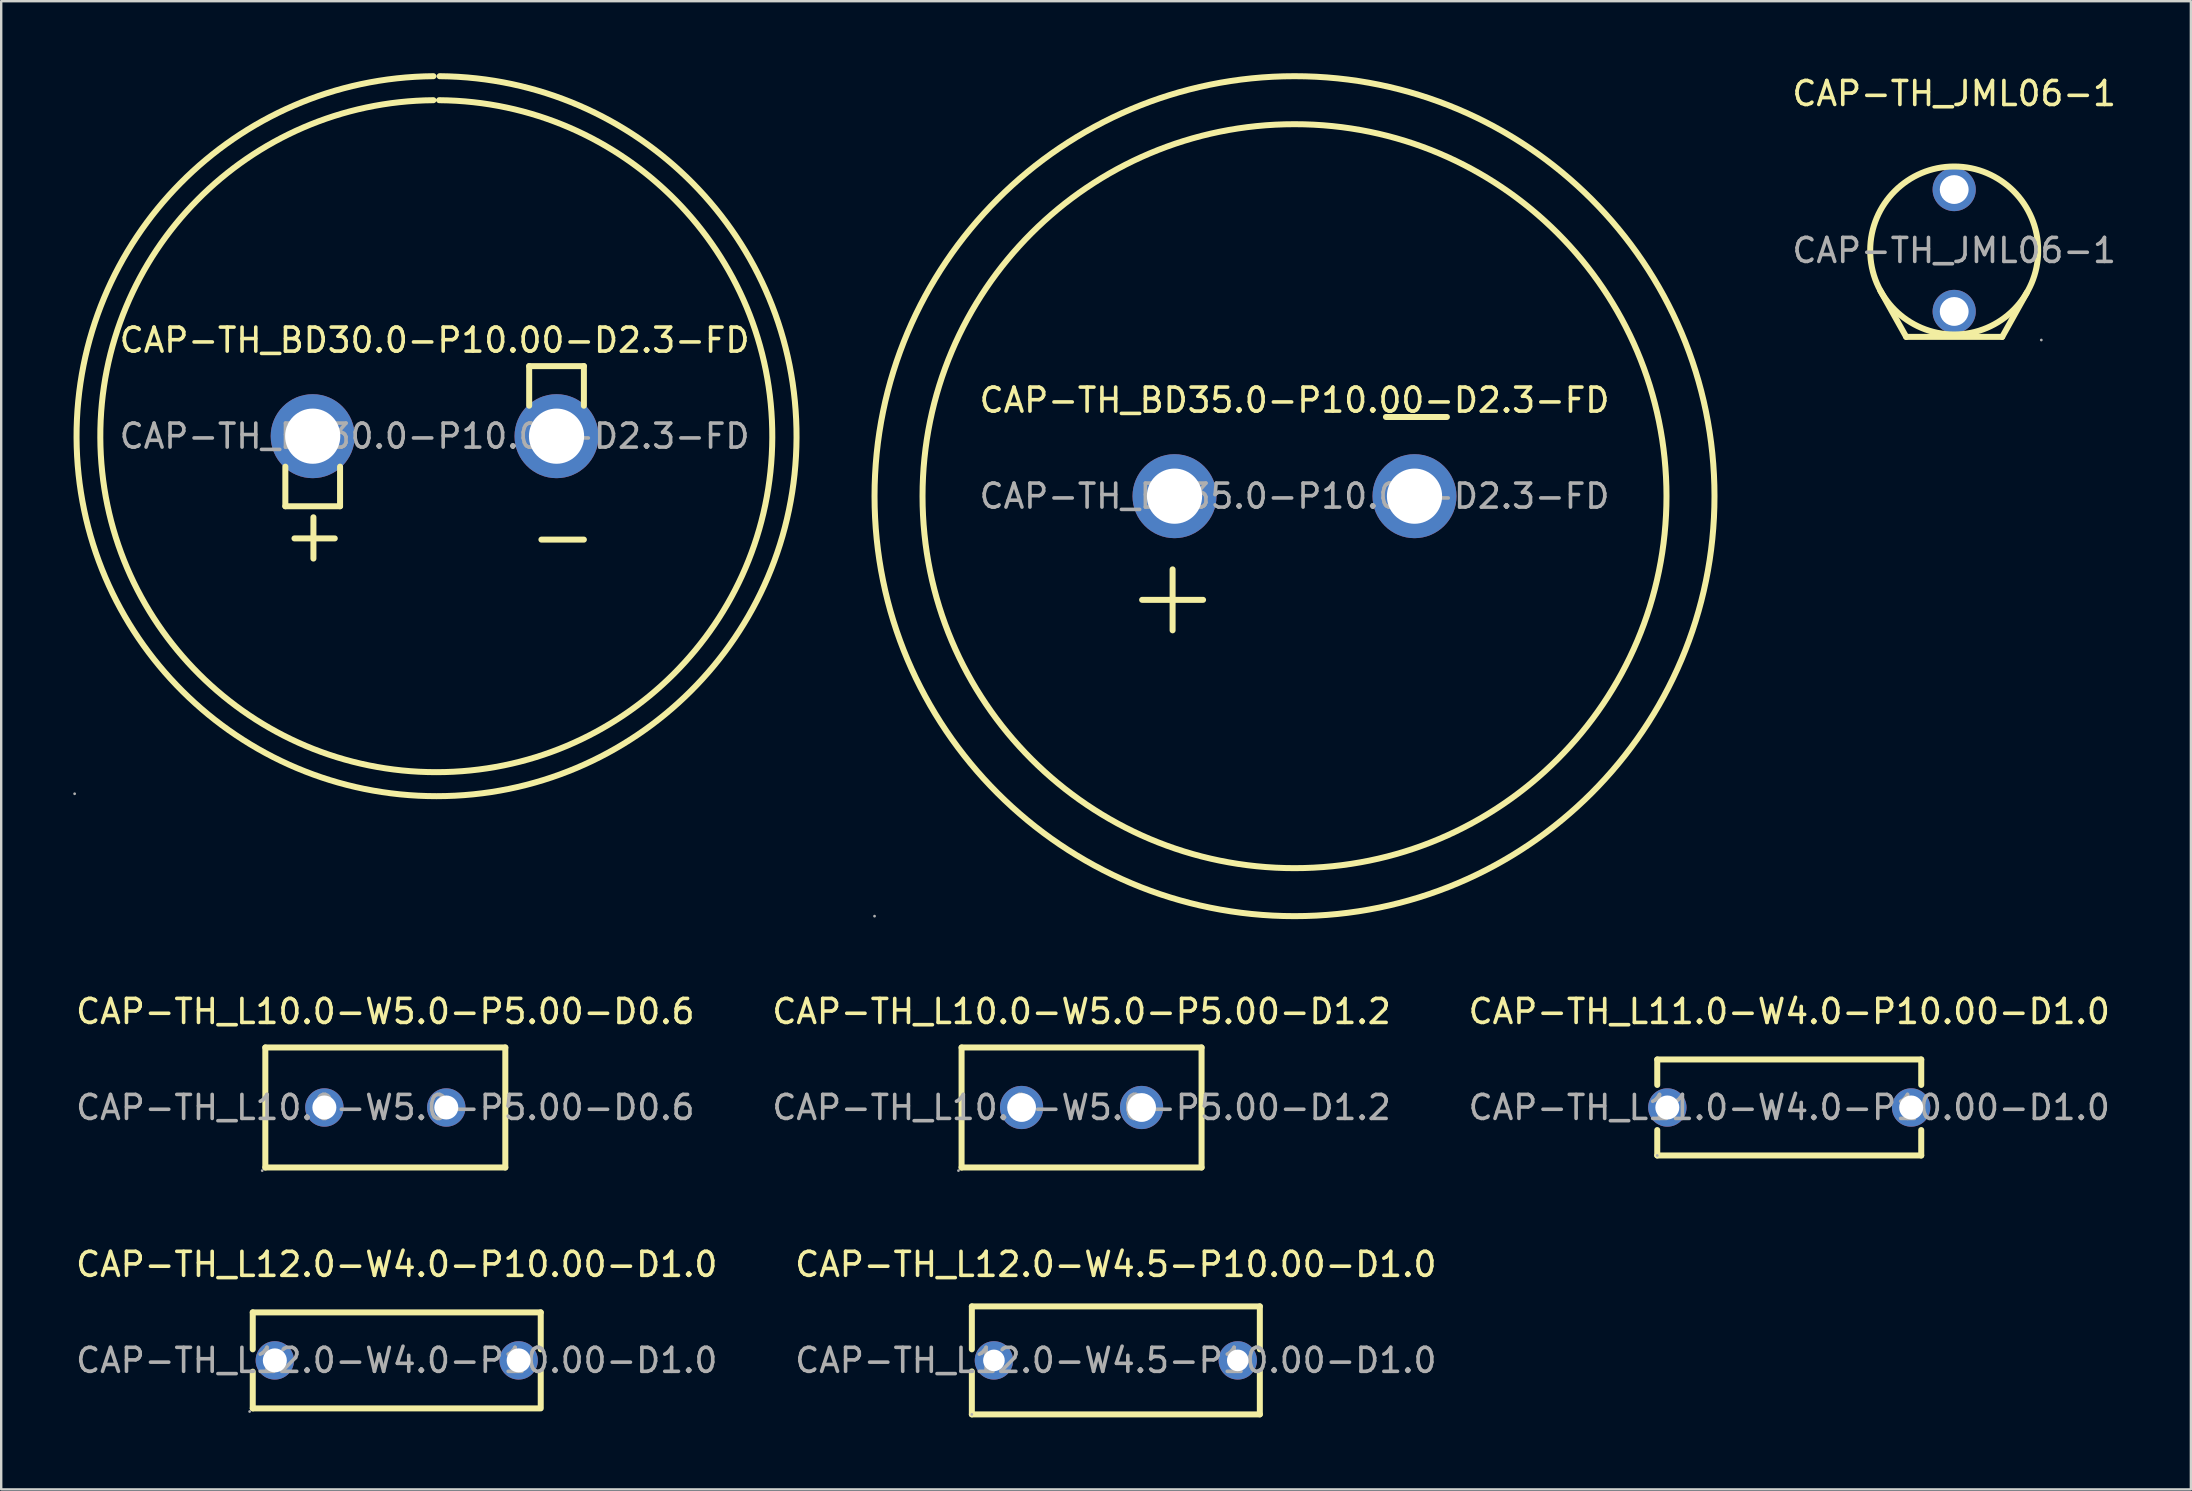
<source format=kicad_pcb>
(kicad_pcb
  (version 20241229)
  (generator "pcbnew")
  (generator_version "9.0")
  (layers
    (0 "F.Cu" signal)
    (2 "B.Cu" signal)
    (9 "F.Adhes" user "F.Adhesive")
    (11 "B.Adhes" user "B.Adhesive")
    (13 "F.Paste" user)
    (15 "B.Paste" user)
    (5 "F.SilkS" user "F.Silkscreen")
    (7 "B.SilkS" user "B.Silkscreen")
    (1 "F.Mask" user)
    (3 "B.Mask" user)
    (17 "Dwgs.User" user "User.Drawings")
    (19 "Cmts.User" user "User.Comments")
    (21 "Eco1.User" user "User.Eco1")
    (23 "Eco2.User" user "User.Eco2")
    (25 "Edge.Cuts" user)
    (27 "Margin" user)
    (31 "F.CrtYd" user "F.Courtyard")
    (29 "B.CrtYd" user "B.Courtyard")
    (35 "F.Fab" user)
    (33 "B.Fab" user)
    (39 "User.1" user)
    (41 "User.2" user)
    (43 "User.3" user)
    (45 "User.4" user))
  (footprint "CAP-TH_BD30.0-P10.00-D2.3-FD"
    (layer "F.Cu")
    (at 15.06 15.125)
    (property "Reference" "CAP-TH_BD30.0-P10.00-D2.3-FD" (at 0 -4 0) (layer "F.SilkS") (effects (font (size 1 1) (thickness 0.15))))
    (attr through_hole)
    (fp_line (start -6.22 1.27) (end -6.22 2.92) (stroke (width 0.25) (type solid)) (layer "F.SilkS"))
    (fp_line (start -6.22 2.92) (end -3.94 2.92) (stroke (width 0.25) (type solid)) (layer "F.SilkS"))
    (fp_line (start -5.05 5.1) (end -5.05 3.38) (stroke (width 0.25) (type solid)) (layer "F.SilkS"))
    (fp_line (start -4.16 4.26) (end -5.84 4.26) (stroke (width 0.25) (type solid)) (layer "F.SilkS"))
    (fp_line (start -3.94 2.92) (end -3.94 1.27) (stroke (width 0.25) (type solid)) (layer "F.SilkS"))
    (fp_line (start 3.94 -2.92) (end 3.94 -1.27) (stroke (width 0.25) (type solid)) (layer "F.SilkS"))
    (fp_line (start 6.22 -2.92) (end 3.94 -2.92) (stroke (width 0.25) (type solid)) (layer "F.SilkS"))
    (fp_line (start 6.22 -1.27) (end 6.22 -2.92) (stroke (width 0.25) (type solid)) (layer "F.SilkS"))
    (fp_line (start 6.22 4.31) (end 4.45 4.31) (stroke (width 0.25) (type solid)) (layer "F.SilkS"))
    (fp_arc (start 0.19 -14) (mid 0.069732 14.000514) (end -0.049465 -14.000005) (stroke (width 0.25) (type solid)) (layer "F.SilkS"))
    (fp_arc (start 0.21 -15) (mid 0.079594 15.000563) (end -0.049188 -15.000007) (stroke (width 0.25) (type solid)) (layer "F.SilkS"))
    (fp_circle (center -15 14.9) (end -14.97 14.9) (stroke (width 0.06) (type solid)) (fill no) (layer "F.Fab"))
    (fp_circle (center -5.08 0) (end -4.55 0) (stroke (width 1.05) (type solid)) (fill no) (layer "F.Fab"))
    (fp_circle (center 5.08 0) (end 5.61 0) (stroke (width 1.05) (type solid)) (fill no) (layer "F.Fab"))
    (fp_text user "${REFERENCE}" (at 0 0 0) (layer "F.Fab") (effects (font (size 1 1) (thickness 0.15))))
    (pad "1" thru_hole circle (at -5.08 0 90) (size 3.5 3.5) (drill 2.3) (layers "*.Cu" "*.Paste" "*.Mask"))
    (pad "2" thru_hole circle (at 5.08 0 90) (size 3.5 3.5) (drill 2.3) (layers "*.Cu" "*.Paste" "*.Mask")))
  (footprint "CAP-TH_L11.0-W4.0-P10.00-D1.0"
    (layer "F.Cu")
    (at 71.506 43.098)
    (property "Reference" "CAP-TH_L11.0-W4.0-P10.00-D1.0" (at 0 -4 0) (layer "F.SilkS") (effects (font (size 1 1) (thickness 0.15))))
    (attr through_hole)
    (fp_line (start -5.5 -2) (end 5.5 -2) (stroke (width 0.25) (type solid)) (layer "F.SilkS"))
    (fp_line (start -5.5 -0.94) (end -5.5 -2) (stroke (width 0.25) (type solid)) (layer "F.SilkS"))
    (fp_line (start -5.5 2) (end -5.5 0.94) (stroke (width 0.25) (type solid)) (layer "F.SilkS"))
    (fp_line (start 5.5 -2) (end 5.5 -0.94) (stroke (width 0.25) (type solid)) (layer "F.SilkS"))
    (fp_line (start 5.5 0.94) (end 5.5 2) (stroke (width 0.25) (type solid)) (layer "F.SilkS"))
    (fp_line (start 5.5 2) (end -5.5 2) (stroke (width 0.25) (type solid)) (layer "F.SilkS"))
    (fp_circle (center -5.5 2) (end -5.47 2) (stroke (width 0.06) (type solid)) (fill no) (layer "F.Fab"))
    (fp_circle (center -5.08 0) (end -4.9 0) (stroke (width 0.35) (type solid)) (fill no) (layer "F.Fab"))
    (fp_circle (center 5.08 0) (end 5.26 0) (stroke (width 0.35) (type solid)) (fill no) (layer "F.Fab"))
    (fp_text user "${REFERENCE}" (at 0 0 0) (layer "F.Fab") (effects (font (size 1 1) (thickness 0.15))))
    (pad "1" thru_hole circle (at -5.08 0) (size 1.6 1.6) (drill 1) (layers "*.Cu" "*.Paste" "*.Mask"))
    (pad "2" thru_hole circle (at 5.08 0) (size 1.6 1.6) (drill 1) (layers "*.Cu" "*.Paste" "*.Mask")))
  (footprint "CAP-TH_L12.0-W4.0-P10.00-D1.0"
    (layer "F.Cu")
    (at 13.482 53.636)
    (property "Reference" "CAP-TH_L12.0-W4.0-P10.00-D1.0" (at 0 -4 0) (layer "F.SilkS") (effects (font (size 1 1) (thickness 0.15))))
    (attr through_hole)
    (fp_line (start -6 -2) (end 6 -2) (stroke (width 0.25) (type solid)) (layer "F.SilkS"))
    (fp_line (start -6 -0.46) (end -6 -2) (stroke (width 0.25) (type solid)) (layer "F.SilkS"))
    (fp_line (start -6 2) (end -6 0.47) (stroke (width 0.25) (type solid)) (layer "F.SilkS"))
    (fp_line (start 6 -2) (end 6 -0.46) (stroke (width 0.25) (type solid)) (layer "F.SilkS"))
    (fp_line (start 6 0.47) (end 6 1.91) (stroke (width 0.25) (type solid)) (layer "F.SilkS"))
    (fp_line (start 6 2) (end -6 2) (stroke (width 0.25) (type solid)) (layer "F.SilkS"))
    (fp_circle (center -6.13 2.13) (end -6.1 2.13) (stroke (width 0.06) (type solid)) (fill no) (layer "F.Fab"))
    (fp_circle (center -5.08 0) (end -4.88 0) (stroke (width 0.4) (type solid)) (fill no) (layer "F.Fab"))
    (fp_circle (center 5.08 0) (end 5.28 0) (stroke (width 0.4) (type solid)) (fill no) (layer "F.Fab"))
    (fp_text user "${REFERENCE}" (at 0 0 0) (layer "F.Fab") (effects (font (size 1 1) (thickness 0.15))))
    (pad "1" thru_hole circle (at -5.08 0) (size 1.6 1.6) (drill 1) (layers "*.Cu" "*.Paste" "*.Mask"))
    (pad "2" thru_hole circle (at 5.08 0) (size 1.6 1.6) (drill 1) (layers "*.Cu" "*.Paste" "*.Mask")))
  (footprint "CAP-TH_BD35.0-P10.00-D2.3-FD"
    (layer "F.Cu")
    (at 50.891 17.625)
    (property "Reference" "CAP-TH_BD35.0-P10.00-D2.3-FD" (at 0 -4 0) (layer "F.SilkS") (effects (font (size 1 1) (thickness 0.15))))
    (attr through_hole)
    (fp_line (start -6.35 4.32) (end -3.81 4.32) (stroke (width 0.25) (type solid)) (layer "F.SilkS"))
    (fp_line (start -5.08 3.05) (end -5.08 5.59) (stroke (width 0.25) (type solid)) (layer "F.SilkS"))
    (fp_line (start 3.81 -3.3) (end 6.35 -3.3) (stroke (width 0.25) (type solid)) (layer "F.SilkS"))
    (fp_circle (center 0 0) (end 15.5 0) (stroke (width 0.25) (type solid)) (fill no) (layer "F.SilkS"))
    (fp_circle (center 0 0) (end 17.5 0) (stroke (width 0.25) (type solid)) (fill no) (layer "F.SilkS"))
    (fp_circle (center -17.5 17.5) (end -17.47 17.5) (stroke (width 0.06) (type solid)) (fill no) (layer "F.Fab"))
    (fp_circle (center -5 0) (end -4.5 0) (stroke (width 1) (type solid)) (fill no) (layer "F.Fab"))
    (fp_circle (center 5 0) (end 5.5 0) (stroke (width 1) (type solid)) (fill no) (layer "F.Fab"))
    (fp_text user "${REFERENCE}" (at 0 0 0) (layer "F.Fab") (effects (font (size 1 1) (thickness 0.15))))
    (pad "1" thru_hole circle (at -5 0) (size 3.5 3.5) (drill 2.3) (layers "*.Cu" "*.Paste" "*.Mask"))
    (pad "2" thru_hole circle (at 5 0) (size 3.5 3.5) (drill 2.3) (layers "*.Cu" "*.Paste" "*.Mask")))
  (footprint "CAP-TH_L10.0-W5.0-P5.00-D0.6"
    (layer "F.Cu")
    (at 13.006 43.098)
    (property "Reference" "CAP-TH_L10.0-W5.0-P5.00-D0.6" (at 0 -4 0) (layer "F.SilkS") (effects (font (size 1 1) (thickness 0.15))))
    (attr through_hole)
    (fp_line (start -5 -2.5) (end -5 2.5) (stroke (width 0.25) (type solid)) (layer "F.SilkS"))
    (fp_line (start -5 -2.5) (end 5 -2.5) (stroke (width 0.25) (type solid)) (layer "F.SilkS"))
    (fp_line (start -5 2.5) (end 5 2.5) (stroke (width 0.25) (type solid)) (layer "F.SilkS"))
    (fp_line (start 5 -2.5) (end 5 2.5) (stroke (width 0.25) (type solid)) (layer "F.SilkS"))
    (fp_circle (center -5.13 2.63) (end -5.1 2.63) (stroke (width 0.06) (type solid)) (fill no) (layer "F.Fab"))
    (fp_circle (center -2.54 0) (end -2.34 0) (stroke (width 0.4) (type solid)) (fill no) (layer "F.Fab"))
    (fp_circle (center 2.54 0) (end 2.74 0) (stroke (width 0.4) (type solid)) (fill no) (layer "F.Fab"))
    (fp_text user "${REFERENCE}" (at 0 0 0) (layer "F.Fab") (effects (font (size 1 1) (thickness 0.15))))
    (pad "1" thru_hole circle (at -2.54 0) (size 1.6 1.6) (drill 1) (layers "*.Cu" "*.Paste" "*.Mask"))
    (pad "2" thru_hole circle (at 2.54 0) (size 1.6 1.6) (drill 1) (layers "*.Cu" "*.Paste" "*.Mask")))
  (footprint "CAP-TH_L12.0-W4.5-P10.00-D1.0"
    (layer "F.Cu")
    (at 43.446 53.636)
    (property "Reference" "CAP-TH_L12.0-W4.5-P10.00-D1.0" (at 0 -4 0) (layer "F.SilkS") (effects (font (size 1 1) (thickness 0.15))))
    (attr through_hole)
    (fp_line (start -6 -2.25) (end -6 -0.46) (stroke (width 0.25) (type solid)) (layer "F.SilkS"))
    (fp_line (start -6 -2.25) (end 6 -2.25) (stroke (width 0.25) (type solid)) (layer "F.SilkS"))
    (fp_line (start -6 0.46) (end -6 2.25) (stroke (width 0.25) (type solid)) (layer "F.SilkS"))
    (fp_line (start 6 -2.25) (end 6 -0.46) (stroke (width 0.25) (type solid)) (layer "F.SilkS"))
    (fp_line (start 6 0.46) (end 6 2.25) (stroke (width 0.25) (type solid)) (layer "F.SilkS"))
    (fp_line (start 6 2.25) (end -6 2.25) (stroke (width 0.25) (type solid)) (layer "F.SilkS"))
    (fp_circle (center -6 2.25) (end -5.97 2.25) (stroke (width 0.06) (type solid)) (fill no) (layer "F.Fab"))
    (fp_circle (center -5.08 0) (end -4.93 0) (stroke (width 0.3) (type solid)) (fill no) (layer "F.Fab"))
    (fp_circle (center 5.08 0) (end 5.23 0) (stroke (width 0.3) (type solid)) (fill no) (layer "F.Fab"))
    (fp_text user "${REFERENCE}" (at 0 0 0) (layer "F.Fab") (effects (font (size 1 1) (thickness 0.15))))
    (pad "1" thru_hole circle (at -5.08 0) (size 1.6 1.6) (drill 0.9) (layers "*.Cu" "*.Paste" "*.Mask"))
    (pad "2" thru_hole circle (at 5.08 0) (size 1.6 1.6) (drill 0.9) (layers "*.Cu" "*.Paste" "*.Mask")))
  (footprint "CAP-TH_JML06-1"
    (layer "F.Cu")
    (at 78.379 7.388)
    (property "Reference" "CAP-TH_JML06-1" (at 0 -6.54 0) (layer "F.SilkS") (effects (font (size 1 1) (thickness 0.15))))
    (attr through_hole)
    (fp_line (start -2 3.6) (end -3.08 1.67) (stroke (width 0.25) (type solid)) (layer "F.SilkS"))
    (fp_line (start -2 3.6) (end 2 3.6) (stroke (width 0.25) (type solid)) (layer "F.SilkS"))
    (fp_line (start 2 3.6) (end 3.03 1.75) (stroke (width 0.25) (type solid)) (layer "F.SilkS"))
    (fp_circle (center 0 0) (end 3.5 0) (stroke (width 0.25) (type solid)) (fill no) (layer "F.SilkS"))
    (fp_circle (center 0 -2.54) (end 0.25 -2.54) (stroke (width 0.5) (type solid)) (fill no) (layer "F.Fab"))
    (fp_circle (center 0 2.54) (end 0.25 2.54) (stroke (width 0.5) (type solid)) (fill no) (layer "F.Fab"))
    (fp_circle (center 3.63 3.73) (end 3.66 3.73) (stroke (width 0.06) (type solid)) (fill no) (layer "F.Fab"))
    (fp_text user "${REFERENCE}" (at 0 0 0) (layer "F.Fab") (effects (font (size 1 1) (thickness 0.15))))
    (pad "1" thru_hole circle (at 0 2.54) (size 1.8 1.8) (drill 1.2) (layers "*.Cu" "*.Paste" "*.Mask"))
    (pad "2" thru_hole circle (at 0 -2.54) (size 1.8 1.8) (drill 1.2) (layers "*.Cu" "*.Paste" "*.Mask")))
  (footprint "CAP-TH_L10.0-W5.0-P5.00-D1.2"
    (layer "F.Cu")
    (at 42.018 43.098)
    (property "Reference" "CAP-TH_L10.0-W5.0-P5.00-D1.2" (at 0 -4 0) (layer "F.SilkS") (effects (font (size 1 1) (thickness 0.15))))
    (attr through_hole)
    (fp_line (start -5 -2.5) (end 5 -2.5) (stroke (width 0.25) (type solid)) (layer "F.SilkS"))
    (fp_line (start -5 2.5) (end -5 -2.5) (stroke (width 0.25) (type solid)) (layer "F.SilkS"))
    (fp_line (start 5 -2.5) (end 5 2.5) (stroke (width 0.25) (type solid)) (layer "F.SilkS"))
    (fp_line (start 5 2.5) (end -5 2.5) (stroke (width 0.25) (type solid)) (layer "F.SilkS"))
    (fp_circle (center -5.13 2.63) (end -5.1 2.63) (stroke (width 0.06) (type solid)) (fill no) (layer "F.Fab"))
    (fp_circle (center -2.5 0) (end -2.25 0) (stroke (width 0.5) (type solid)) (fill no) (layer "F.Fab"))
    (fp_circle (center 2.5 0) (end 2.75 0) (stroke (width 0.5) (type solid)) (fill no) (layer "F.Fab"))
    (fp_text user "${REFERENCE}" (at 0 0 0) (layer "F.Fab") (effects (font (size 1 1) (thickness 0.15))))
    (pad "1" thru_hole circle (at -2.5 0) (size 1.8 1.8) (drill 1.2) (layers "*.Cu" "*.Paste" "*.Mask"))
    (pad "2" thru_hole circle (at 2.5 0) (size 1.8 1.8) (drill 1.2) (layers "*.Cu" "*.Paste" "*.Mask")))
  (gr_rect
    (start -3 -3)
    (end 88.242 59.011)
    (stroke (width 0.1) (type default))
    (fill no)
    (layer "Edge.Cuts")))
</source>
